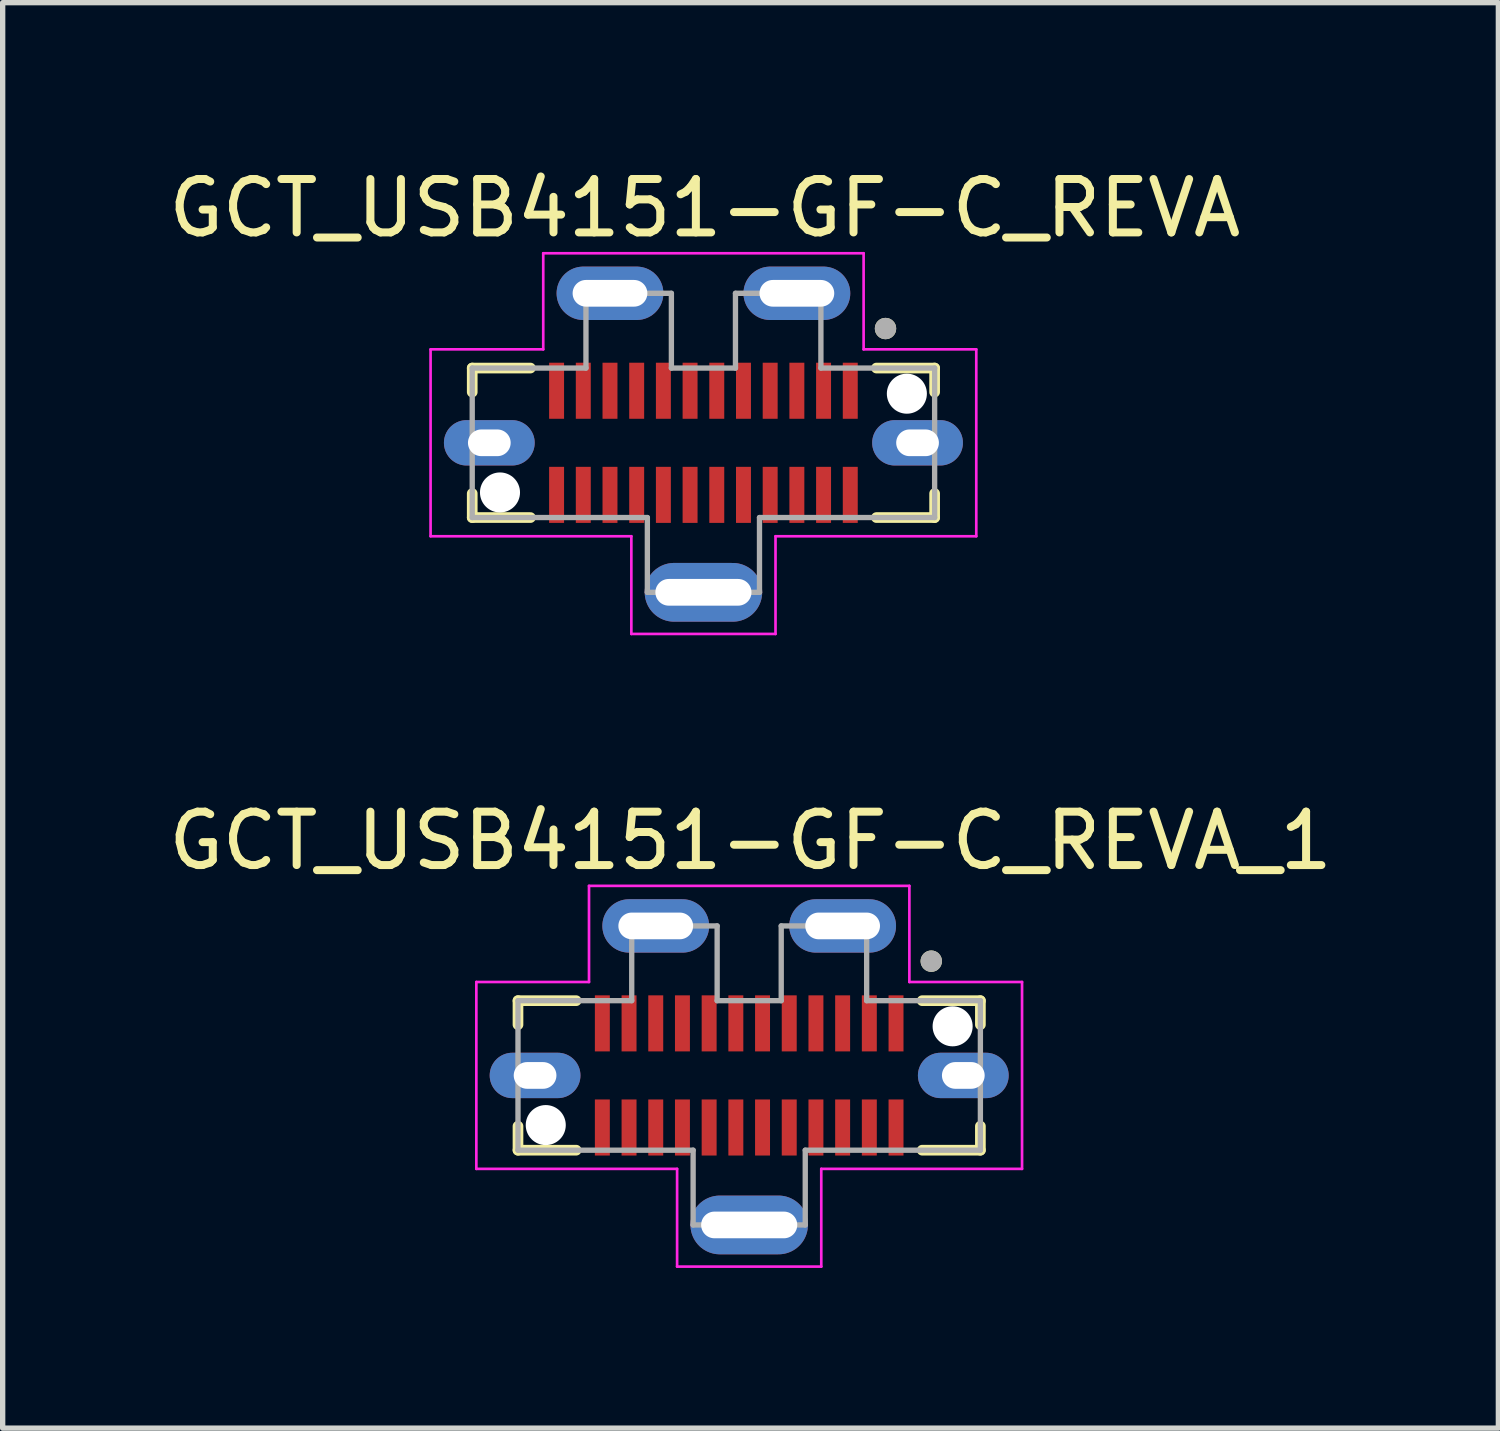
<source format=kicad_pcb>
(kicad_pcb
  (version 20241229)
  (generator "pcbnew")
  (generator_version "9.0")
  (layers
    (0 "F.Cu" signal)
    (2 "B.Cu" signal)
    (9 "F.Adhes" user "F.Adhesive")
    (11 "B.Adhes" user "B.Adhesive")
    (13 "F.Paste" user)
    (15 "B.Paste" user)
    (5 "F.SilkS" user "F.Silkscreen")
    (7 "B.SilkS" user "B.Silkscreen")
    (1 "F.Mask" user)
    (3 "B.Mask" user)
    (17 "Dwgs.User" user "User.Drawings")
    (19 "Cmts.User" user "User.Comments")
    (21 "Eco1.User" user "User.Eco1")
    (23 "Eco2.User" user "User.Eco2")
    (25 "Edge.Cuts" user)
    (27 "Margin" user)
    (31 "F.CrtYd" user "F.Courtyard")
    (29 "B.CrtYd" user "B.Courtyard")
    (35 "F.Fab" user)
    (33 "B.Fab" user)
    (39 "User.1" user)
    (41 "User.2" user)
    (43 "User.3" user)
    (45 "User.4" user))
  (footprint "GCT_USB4151-GF-C_REVA"
    (layer "F.Cu")
    (at 10.124 5.243)
    (property "Reference" "GCT_USB4151-GF-C_REVA" (at 0.025 -4.395 0) (layer "F.SilkS") (effects (font (size 1 1) (thickness 0.15))))
    (attr through_hole)
    (fp_line (start -4.33 -1.4) (end -4.33 -0.95) (stroke (width 0.2) (type solid)) (layer "F.SilkS"))
    (fp_line (start -4.33 0.95) (end -4.33 1.4) (stroke (width 0.2) (type solid)) (layer "F.SilkS"))
    (fp_line (start -4.33 1.4) (end -3.24 1.4) (stroke (width 0.2) (type solid)) (layer "F.SilkS"))
    (fp_line (start -3.24 -1.4) (end -4.33 -1.4) (stroke (width 0.2) (type solid)) (layer "F.SilkS"))
    (fp_line (start 3.24 1.4) (end 4.33 1.4) (stroke (width 0.2) (type solid)) (layer "F.SilkS"))
    (fp_line (start 4.33 -1.4) (end 3.24 -1.4) (stroke (width 0.2) (type solid)) (layer "F.SilkS"))
    (fp_line (start 4.33 -0.95) (end 4.33 -1.4) (stroke (width 0.2) (type solid)) (layer "F.SilkS"))
    (fp_line (start 4.33 1.4) (end 4.33 0.95) (stroke (width 0.2) (type solid)) (layer "F.SilkS"))
    (fp_circle (center 3.41 -2.14) (end 3.51 -2.14) (stroke (width 0.2) (type solid)) (fill no) (layer "F.SilkS"))
    (fp_line (start -5.11 -1.75) (end -5.11 1.75) (stroke (width 0.05) (type solid)) (layer "F.CrtYd"))
    (fp_line (start -5.11 1.75) (end -1.35 1.75) (stroke (width 0.05) (type solid)) (layer "F.CrtYd"))
    (fp_line (start -3 -3.55) (end -3 -1.75) (stroke (width 0.05) (type solid)) (layer "F.CrtYd"))
    (fp_line (start -3 -1.75) (end -5.11 -1.75) (stroke (width 0.05) (type solid)) (layer "F.CrtYd"))
    (fp_line (start -1.35 1.75) (end -1.35 3.58) (stroke (width 0.05) (type solid)) (layer "F.CrtYd"))
    (fp_line (start -1.35 3.58) (end 1.35 3.58) (stroke (width 0.05) (type solid)) (layer "F.CrtYd"))
    (fp_line (start 1.35 1.75) (end 5.11 1.75) (stroke (width 0.05) (type solid)) (layer "F.CrtYd"))
    (fp_line (start 1.35 3.58) (end 1.35 1.75) (stroke (width 0.05) (type solid)) (layer "F.CrtYd"))
    (fp_line (start 3 -3.55) (end -3 -3.55) (stroke (width 0.05) (type solid)) (layer "F.CrtYd"))
    (fp_line (start 3 -1.75) (end 3 -3.55) (stroke (width 0.05) (type solid)) (layer "F.CrtYd"))
    (fp_line (start 5.11 -1.75) (end 3 -1.75) (stroke (width 0.05) (type solid)) (layer "F.CrtYd"))
    (fp_line (start 5.11 1.75) (end 5.11 -1.75) (stroke (width 0.05) (type solid)) (layer "F.CrtYd"))
    (fp_line (start -4.33 -1.4) (end -4.33 1.4) (stroke (width 0.1) (type solid)) (layer "F.Fab"))
    (fp_line (start -4.33 1.4) (end -1.05 1.4) (stroke (width 0.1) (type solid)) (layer "F.Fab"))
    (fp_line (start -2.2 -2.8) (end -2.2 -1.4) (stroke (width 0.1) (type solid)) (layer "F.Fab"))
    (fp_line (start -2.2 -1.4) (end -4.33 -1.4) (stroke (width 0.1) (type solid)) (layer "F.Fab"))
    (fp_line (start -1.05 1.4) (end -1.05 2.8) (stroke (width 0.1) (type solid)) (layer "F.Fab"))
    (fp_line (start -1.05 2.8) (end 1.05 2.8) (stroke (width 0.1) (type solid)) (layer "F.Fab"))
    (fp_line (start -0.6 -2.8) (end -2.2 -2.8) (stroke (width 0.1) (type solid)) (layer "F.Fab"))
    (fp_line (start -0.6 -1.4) (end -0.6 -2.8) (stroke (width 0.1) (type solid)) (layer "F.Fab"))
    (fp_line (start 0.6 -2.8) (end 0.6 -1.4) (stroke (width 0.1) (type solid)) (layer "F.Fab"))
    (fp_line (start 0.6 -1.4) (end -0.6 -1.4) (stroke (width 0.1) (type solid)) (layer "F.Fab"))
    (fp_line (start 1.05 1.4) (end 4.33 1.4) (stroke (width 0.1) (type solid)) (layer "F.Fab"))
    (fp_line (start 1.05 2.8) (end 1.05 1.4) (stroke (width 0.1) (type solid)) (layer "F.Fab"))
    (fp_line (start 2.2 -2.8) (end 0.6 -2.8) (stroke (width 0.1) (type solid)) (layer "F.Fab"))
    (fp_line (start 2.2 -1.4) (end 2.2 -2.8) (stroke (width 0.1) (type solid)) (layer "F.Fab"))
    (fp_line (start 4.33 -1.4) (end 2.2 -1.4) (stroke (width 0.1) (type solid)) (layer "F.Fab"))
    (fp_line (start 4.33 1.4) (end 4.33 -1.4) (stroke (width 0.1) (type solid)) (layer "F.Fab"))
    (fp_circle (center 3.41 -2.14) (end 3.51 -2.14) (stroke (width 0.2) (type solid)) (fill no) (layer "F.Fab"))
    (pad "" np_thru_hole circle (at -3.81 0.93) (size 0.75 0.75) (drill 0.75) (layers "*.Cu" "*.Mask"))
    (pad "" np_thru_hole circle (at 3.81 -0.92) (size 0.75 0.75) (drill 0.75) (layers "*.Cu" "*.Mask"))
    (pad "A1" smd rect (at 2.75 -0.975) (size 0.28 1.05) (layers "F.Cu" "F.Mask" "F.Paste"))
    (pad "A2" smd rect (at 2.25 -0.975) (size 0.28 1.05) (layers "F.Cu" "F.Mask" "F.Paste"))
    (pad "A3" smd rect (at 1.75 -0.975) (size 0.28 1.05) (layers "F.Cu" "F.Mask" "F.Paste"))
    (pad "A4" smd rect (at 1.25 -0.975) (size 0.28 1.05) (layers "F.Cu" "F.Mask" "F.Paste"))
    (pad "A5" smd rect (at 0.75 -0.975) (size 0.28 1.05) (layers "F.Cu" "F.Mask" "F.Paste"))
    (pad "A6" smd rect (at 0.25 -0.975) (size 0.28 1.05) (layers "F.Cu" "F.Mask" "F.Paste"))
    (pad "A7" smd rect (at -0.25 -0.975) (size 0.28 1.05) (layers "F.Cu" "F.Mask" "F.Paste"))
    (pad "A8" smd rect (at -0.75 -0.975) (size 0.28 1.05) (layers "F.Cu" "F.Mask" "F.Paste"))
    (pad "A9" smd rect (at -1.25 -0.975) (size 0.28 1.05) (layers "F.Cu" "F.Mask" "F.Paste"))
    (pad "A10" smd rect (at -1.75 -0.975) (size 0.28 1.05) (layers "F.Cu" "F.Mask" "F.Paste"))
    (pad "A11" smd rect (at -2.25 -0.975) (size 0.28 1.05) (layers "F.Cu" "F.Mask" "F.Paste"))
    (pad "A12" smd rect (at -2.75 -0.975) (size 0.28 1.05) (layers "F.Cu" "F.Mask" "F.Paste"))
    (pad "B1" smd rect (at -2.75 0.975) (size 0.28 1.05) (layers "F.Cu" "F.Mask" "F.Paste"))
    (pad "B2" smd rect (at -2.25 0.975) (size 0.28 1.05) (layers "F.Cu" "F.Mask" "F.Paste"))
    (pad "B3" smd rect (at -1.75 0.975) (size 0.28 1.05) (layers "F.Cu" "F.Mask" "F.Paste"))
    (pad "B4" smd rect (at -1.25 0.975) (size 0.28 1.05) (layers "F.Cu" "F.Mask" "F.Paste"))
    (pad "B5" smd rect (at -0.75 0.975) (size 0.28 1.05) (layers "F.Cu" "F.Mask" "F.Paste"))
    (pad "B6" smd rect (at -0.25 0.975) (size 0.28 1.05) (layers "F.Cu" "F.Mask" "F.Paste"))
    (pad "B7" smd rect (at 0.25 0.975) (size 0.28 1.05) (layers "F.Cu" "F.Mask" "F.Paste"))
    (pad "B8" smd rect (at 0.75 0.975) (size 0.28 1.05) (layers "F.Cu" "F.Mask" "F.Paste"))
    (pad "B9" smd rect (at 1.25 0.975) (size 0.28 1.05) (layers "F.Cu" "F.Mask" "F.Paste"))
    (pad "B10" smd rect (at 1.75 0.975) (size 0.28 1.05) (layers "F.Cu" "F.Mask" "F.Paste"))
    (pad "B11" smd rect (at 2.25 0.975) (size 0.28 1.05) (layers "F.Cu" "F.Mask" "F.Paste"))
    (pad "B12" smd rect (at 2.75 0.975) (size 0.28 1.05) (layers "F.Cu" "F.Mask" "F.Paste"))
    (pad "S1" thru_hole oval (at -4.01 0) (size 1.7 0.85) (drill oval 0.8 0.5) (layers "*.Cu" "*.Mask"))
    (pad "S2" thru_hole oval (at -1.75 -2.8) (size 2 1) (drill oval 1.4 0.5) (layers "*.Cu" "*.Mask"))
    (pad "S3" thru_hole oval (at 1.75 -2.8) (size 2 1) (drill oval 1.4 0.5) (layers "*.Cu" "*.Mask"))
    (pad "S4" thru_hole oval (at 4.01 0) (size 1.7 0.85) (drill oval 0.8 0.5) (layers "*.Cu" "*.Mask"))
    (pad "S5" thru_hole oval (at 0 2.8) (size 2.2 1.1) (drill oval 1.8 0.5) (layers "*.Cu" "*.Mask")))
  (footprint "GCT_USB4151-GF-C_REVA_1"
    (layer "F.Cu")
    (at 10.981 17.091)
    (property "Reference" "GCT_USB4151-GF-C_REVA_1" (at 0.025 -4.395 0) (layer "F.SilkS") (effects (font (size 1 1) (thickness 0.15))))
    (attr through_hole)
    (fp_line (start -4.33 -1.4) (end -4.33 -0.95) (stroke (width 0.2) (type solid)) (layer "F.SilkS"))
    (fp_line (start -4.33 0.95) (end -4.33 1.4) (stroke (width 0.2) (type solid)) (layer "F.SilkS"))
    (fp_line (start -4.33 1.4) (end -3.24 1.4) (stroke (width 0.2) (type solid)) (layer "F.SilkS"))
    (fp_line (start -3.24 -1.4) (end -4.33 -1.4) (stroke (width 0.2) (type solid)) (layer "F.SilkS"))
    (fp_line (start 3.24 1.4) (end 4.33 1.4) (stroke (width 0.2) (type solid)) (layer "F.SilkS"))
    (fp_line (start 4.33 -1.4) (end 3.24 -1.4) (stroke (width 0.2) (type solid)) (layer "F.SilkS"))
    (fp_line (start 4.33 -0.95) (end 4.33 -1.4) (stroke (width 0.2) (type solid)) (layer "F.SilkS"))
    (fp_line (start 4.33 1.4) (end 4.33 0.95) (stroke (width 0.2) (type solid)) (layer "F.SilkS"))
    (fp_circle (center 3.41 -2.14) (end 3.51 -2.14) (stroke (width 0.2) (type solid)) (fill no) (layer "F.SilkS"))
    (fp_line (start -5.11 -1.75) (end -5.11 1.75) (stroke (width 0.05) (type solid)) (layer "F.CrtYd"))
    (fp_line (start -5.11 1.75) (end -1.35 1.75) (stroke (width 0.05) (type solid)) (layer "F.CrtYd"))
    (fp_line (start -3 -3.55) (end -3 -1.75) (stroke (width 0.05) (type solid)) (layer "F.CrtYd"))
    (fp_line (start -3 -1.75) (end -5.11 -1.75) (stroke (width 0.05) (type solid)) (layer "F.CrtYd"))
    (fp_line (start -1.35 1.75) (end -1.35 3.58) (stroke (width 0.05) (type solid)) (layer "F.CrtYd"))
    (fp_line (start -1.35 3.58) (end 1.35 3.58) (stroke (width 0.05) (type solid)) (layer "F.CrtYd"))
    (fp_line (start 1.35 1.75) (end 5.11 1.75) (stroke (width 0.05) (type solid)) (layer "F.CrtYd"))
    (fp_line (start 1.35 3.58) (end 1.35 1.75) (stroke (width 0.05) (type solid)) (layer "F.CrtYd"))
    (fp_line (start 3 -3.55) (end -3 -3.55) (stroke (width 0.05) (type solid)) (layer "F.CrtYd"))
    (fp_line (start 3 -1.75) (end 3 -3.55) (stroke (width 0.05) (type solid)) (layer "F.CrtYd"))
    (fp_line (start 5.11 -1.75) (end 3 -1.75) (stroke (width 0.05) (type solid)) (layer "F.CrtYd"))
    (fp_line (start 5.11 1.75) (end 5.11 -1.75) (stroke (width 0.05) (type solid)) (layer "F.CrtYd"))
    (fp_line (start -4.33 -1.4) (end -4.33 1.4) (stroke (width 0.1) (type solid)) (layer "F.Fab"))
    (fp_line (start -4.33 1.4) (end -1.05 1.4) (stroke (width 0.1) (type solid)) (layer "F.Fab"))
    (fp_line (start -2.2 -2.8) (end -2.2 -1.4) (stroke (width 0.1) (type solid)) (layer "F.Fab"))
    (fp_line (start -2.2 -1.4) (end -4.33 -1.4) (stroke (width 0.1) (type solid)) (layer "F.Fab"))
    (fp_line (start -1.05 1.4) (end -1.05 2.8) (stroke (width 0.1) (type solid)) (layer "F.Fab"))
    (fp_line (start -1.05 2.8) (end 1.05 2.8) (stroke (width 0.1) (type solid)) (layer "F.Fab"))
    (fp_line (start -0.6 -2.8) (end -2.2 -2.8) (stroke (width 0.1) (type solid)) (layer "F.Fab"))
    (fp_line (start -0.6 -1.4) (end -0.6 -2.8) (stroke (width 0.1) (type solid)) (layer "F.Fab"))
    (fp_line (start 0.6 -2.8) (end 0.6 -1.4) (stroke (width 0.1) (type solid)) (layer "F.Fab"))
    (fp_line (start 0.6 -1.4) (end -0.6 -1.4) (stroke (width 0.1) (type solid)) (layer "F.Fab"))
    (fp_line (start 1.05 1.4) (end 4.33 1.4) (stroke (width 0.1) (type solid)) (layer "F.Fab"))
    (fp_line (start 1.05 2.8) (end 1.05 1.4) (stroke (width 0.1) (type solid)) (layer "F.Fab"))
    (fp_line (start 2.2 -2.8) (end 0.6 -2.8) (stroke (width 0.1) (type solid)) (layer "F.Fab"))
    (fp_line (start 2.2 -1.4) (end 2.2 -2.8) (stroke (width 0.1) (type solid)) (layer "F.Fab"))
    (fp_line (start 4.33 -1.4) (end 2.2 -1.4) (stroke (width 0.1) (type solid)) (layer "F.Fab"))
    (fp_line (start 4.33 1.4) (end 4.33 -1.4) (stroke (width 0.1) (type solid)) (layer "F.Fab"))
    (fp_circle (center 3.41 -2.14) (end 3.51 -2.14) (stroke (width 0.2) (type solid)) (fill no) (layer "F.Fab"))
    (pad "" np_thru_hole circle (at -3.81 0.93) (size 0.75 0.75) (drill 0.75) (layers "*.Cu" "*.Mask"))
    (pad "" np_thru_hole circle (at 3.81 -0.92) (size 0.75 0.75) (drill 0.75) (layers "*.Cu" "*.Mask"))
    (pad "A1" smd rect (at 2.75 -0.975) (size 0.28 1.05) (layers "F.Cu" "F.Mask" "F.Paste"))
    (pad "A2" smd rect (at 2.25 -0.975) (size 0.28 1.05) (layers "F.Cu" "F.Mask" "F.Paste"))
    (pad "A3" smd rect (at 1.75 -0.975) (size 0.28 1.05) (layers "F.Cu" "F.Mask" "F.Paste"))
    (pad "A4" smd rect (at 1.25 -0.975) (size 0.28 1.05) (layers "F.Cu" "F.Mask" "F.Paste"))
    (pad "A5" smd rect (at 0.75 -0.975) (size 0.28 1.05) (layers "F.Cu" "F.Mask" "F.Paste"))
    (pad "A6" smd rect (at 0.25 -0.975) (size 0.28 1.05) (layers "F.Cu" "F.Mask" "F.Paste"))
    (pad "A7" smd rect (at -0.25 -0.975) (size 0.28 1.05) (layers "F.Cu" "F.Mask" "F.Paste"))
    (pad "A8" smd rect (at -0.75 -0.975) (size 0.28 1.05) (layers "F.Cu" "F.Mask" "F.Paste"))
    (pad "A9" smd rect (at -1.25 -0.975) (size 0.28 1.05) (layers "F.Cu" "F.Mask" "F.Paste"))
    (pad "A10" smd rect (at -1.75 -0.975) (size 0.28 1.05) (layers "F.Cu" "F.Mask" "F.Paste"))
    (pad "A11" smd rect (at -2.25 -0.975) (size 0.28 1.05) (layers "F.Cu" "F.Mask" "F.Paste"))
    (pad "A12" smd rect (at -2.75 -0.975) (size 0.28 1.05) (layers "F.Cu" "F.Mask" "F.Paste"))
    (pad "B1" smd rect (at -2.75 0.975) (size 0.28 1.05) (layers "F.Cu" "F.Mask" "F.Paste"))
    (pad "B2" smd rect (at -2.25 0.975) (size 0.28 1.05) (layers "F.Cu" "F.Mask" "F.Paste"))
    (pad "B3" smd rect (at -1.75 0.975) (size 0.28 1.05) (layers "F.Cu" "F.Mask" "F.Paste"))
    (pad "B4" smd rect (at -1.25 0.975) (size 0.28 1.05) (layers "F.Cu" "F.Mask" "F.Paste"))
    (pad "B5" smd rect (at -0.75 0.975) (size 0.28 1.05) (layers "F.Cu" "F.Mask" "F.Paste"))
    (pad "B6" smd rect (at -0.25 0.975) (size 0.28 1.05) (layers "F.Cu" "F.Mask" "F.Paste"))
    (pad "B7" smd rect (at 0.25 0.975) (size 0.28 1.05) (layers "F.Cu" "F.Mask" "F.Paste"))
    (pad "B8" smd rect (at 0.75 0.975) (size 0.28 1.05) (layers "F.Cu" "F.Mask" "F.Paste"))
    (pad "B9" smd rect (at 1.25 0.975) (size 0.28 1.05) (layers "F.Cu" "F.Mask" "F.Paste"))
    (pad "B10" smd rect (at 1.75 0.975) (size 0.28 1.05) (layers "F.Cu" "F.Mask" "F.Paste"))
    (pad "B11" smd rect (at 2.25 0.975) (size 0.28 1.05) (layers "F.Cu" "F.Mask" "F.Paste"))
    (pad "B12" smd rect (at 2.75 0.975) (size 0.28 1.05) (layers "F.Cu" "F.Mask" "F.Paste"))
    (pad "S1" thru_hole oval (at -4.01 0) (size 1.7 0.85) (drill oval 0.8 0.5) (layers "*.Cu" "*.Mask"))
    (pad "S2" thru_hole oval (at -1.75 -2.8) (size 2 1) (drill oval 1.4 0.5) (layers "*.Cu" "*.Mask"))
    (pad "S3" thru_hole oval (at 1.75 -2.8) (size 2 1) (drill oval 1.4 0.5) (layers "*.Cu" "*.Mask"))
    (pad "S4" thru_hole oval (at 4.01 0) (size 1.7 0.85) (drill oval 0.8 0.5) (layers "*.Cu" "*.Mask"))
    (pad "S5" thru_hole oval (at 0 2.8) (size 2.2 1.1) (drill oval 1.8 0.5) (layers "*.Cu" "*.Mask")))
  (gr_rect
    (start -3 -3)
    (end 25.012 23.697)
    (stroke (width 0.1) (type default))
    (fill no)
    (layer "Edge.Cuts")))
</source>
